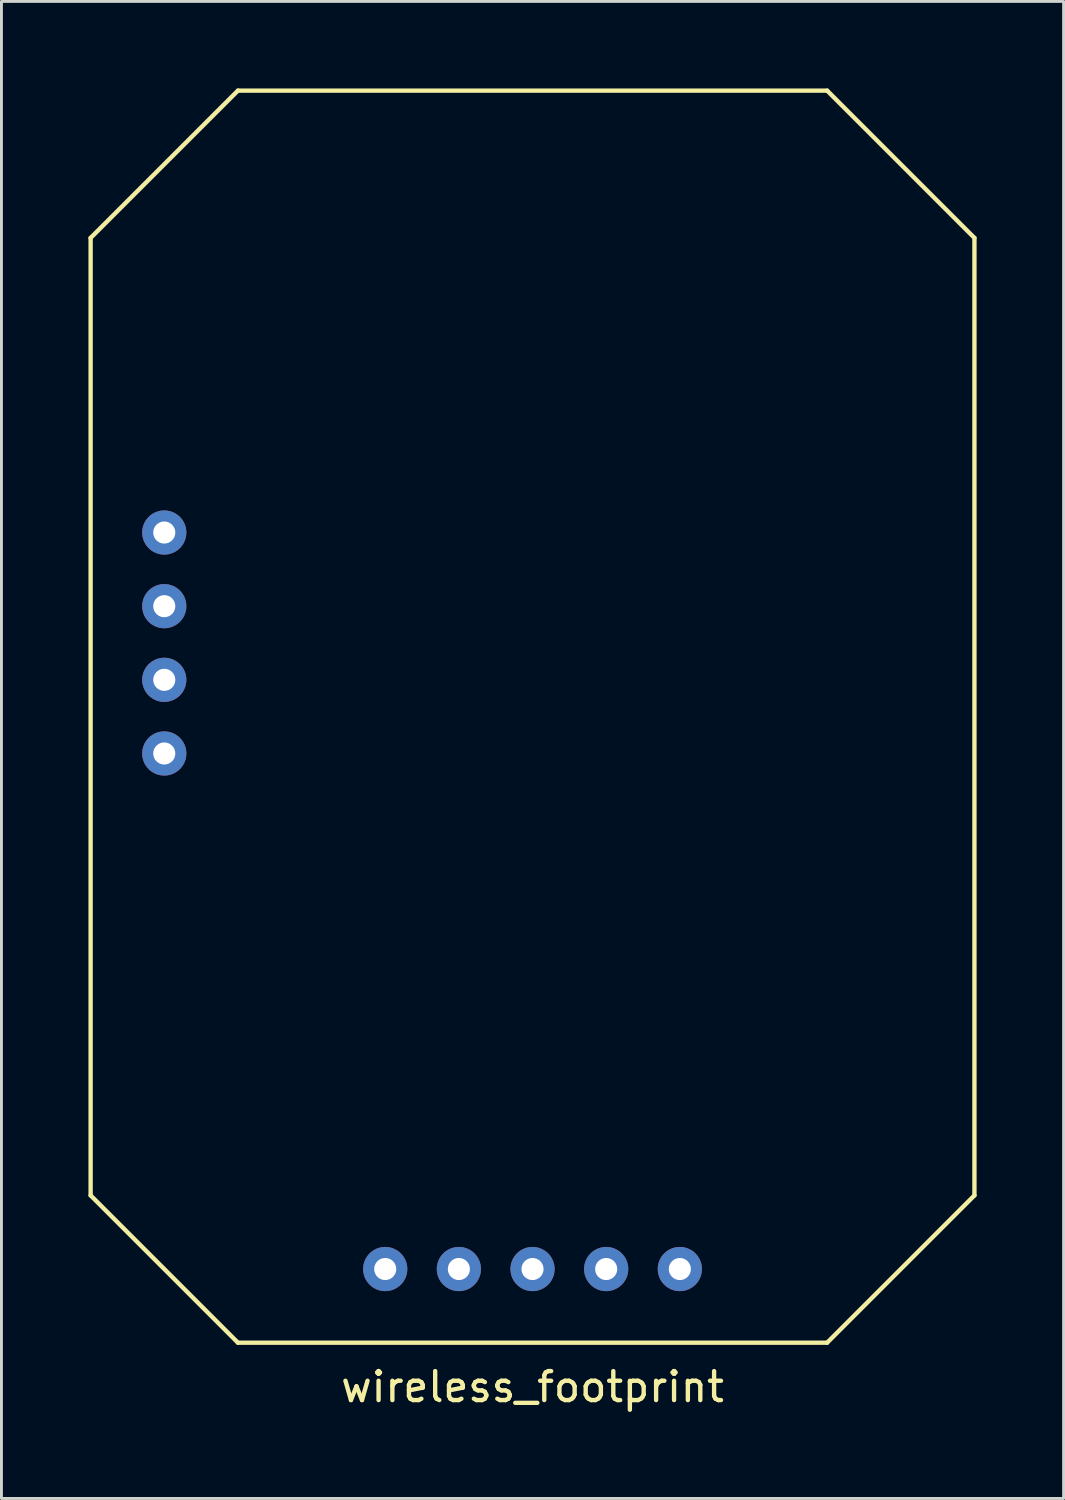
<source format=kicad_pcb>
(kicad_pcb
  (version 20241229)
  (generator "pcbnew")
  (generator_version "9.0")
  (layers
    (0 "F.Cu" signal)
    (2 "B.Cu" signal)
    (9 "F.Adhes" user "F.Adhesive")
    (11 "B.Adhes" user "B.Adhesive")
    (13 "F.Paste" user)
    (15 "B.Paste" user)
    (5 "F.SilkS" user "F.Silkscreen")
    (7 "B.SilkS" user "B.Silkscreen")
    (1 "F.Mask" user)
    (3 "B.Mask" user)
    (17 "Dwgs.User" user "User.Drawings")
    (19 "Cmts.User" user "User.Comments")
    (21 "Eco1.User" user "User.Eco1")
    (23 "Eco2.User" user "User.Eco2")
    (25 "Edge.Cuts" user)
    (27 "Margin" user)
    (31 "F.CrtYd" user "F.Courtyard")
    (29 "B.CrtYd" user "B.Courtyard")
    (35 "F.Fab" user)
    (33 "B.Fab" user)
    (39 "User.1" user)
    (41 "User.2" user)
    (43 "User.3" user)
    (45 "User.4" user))
  (footprint "wireless_footprint"
    (layer "F.Cu")
    (at 17.855 28.015)
    (property "Reference" "wireless_footprint" (at -2.54 16.764 0) (layer "F.SilkS") (effects (font (size 1 1) (thickness 0.15))))
    (attr through_hole)
    (fp_line (start -17.78 -22.86) (end -17.78 10.16) (stroke (width 0.15) (type solid)) (layer "F.SilkS"))
    (fp_line (start -17.78 -22.86) (end -12.7 -27.94) (stroke (width 0.15) (type solid)) (layer "F.SilkS"))
    (fp_line (start -12.7 -27.94) (end 7.62 -27.94) (stroke (width 0.15) (type solid)) (layer "F.SilkS"))
    (fp_line (start -12.7 15.24) (end -17.78 10.16) (stroke (width 0.15) (type solid)) (layer "F.SilkS"))
    (fp_line (start -12.7 15.24) (end 7.62 15.24) (stroke (width 0.15) (type solid)) (layer "F.SilkS"))
    (fp_line (start 7.62 -27.94) (end 12.7 -22.86) (stroke (width 0.15) (type solid)) (layer "F.SilkS"))
    (fp_line (start 7.62 15.24) (end 12.7 10.16) (stroke (width 0.15) (type solid)) (layer "F.SilkS"))
    (fp_line (start 12.7 10.16) (end 12.7 -22.86) (stroke (width 0.15) (type solid)) (layer "F.SilkS"))
    (pad "1" thru_hole circle (at -15.24 -12.7) (size 1.524 1.524) (drill 0.762) (layers "*.Cu" "*.Mask"))
    (pad "2" thru_hole circle (at -15.24 -10.16) (size 1.524 1.524) (drill 0.762) (layers "*.Cu" "*.Mask"))
    (pad "3" thru_hole circle (at -15.24 -7.62) (size 1.524 1.524) (drill 0.762) (layers "*.Cu" "*.Mask"))
    (pad "4" thru_hole circle (at -15.24 -5.08) (size 1.524 1.524) (drill 0.762) (layers "*.Cu" "*.Mask"))
    (pad "5" thru_hole circle (at -7.62 12.7) (size 1.524 1.524) (drill 0.762) (layers "*.Cu" "*.Mask"))
    (pad "6" thru_hole circle (at -5.08 12.7) (size 1.524 1.524) (drill 0.762) (layers "*.Cu" "*.Mask"))
    (pad "7" thru_hole circle (at -2.54 12.7) (size 1.524 1.524) (drill 0.762) (layers "*.Cu" "*.Mask"))
    (pad "8" thru_hole circle (at 0 12.7) (size 1.524 1.524) (drill 0.762) (layers "*.Cu" "*.Mask"))
    (pad "9" thru_hole circle (at 2.54 12.7) (size 1.524 1.524) (drill 0.762) (layers "*.Cu" "*.Mask")))
  (gr_rect
    (start -3 -3)
    (end 33.63 48.627)
    (stroke (width 0.1) (type default))
    (fill no)
    (layer "Edge.Cuts")))
</source>
